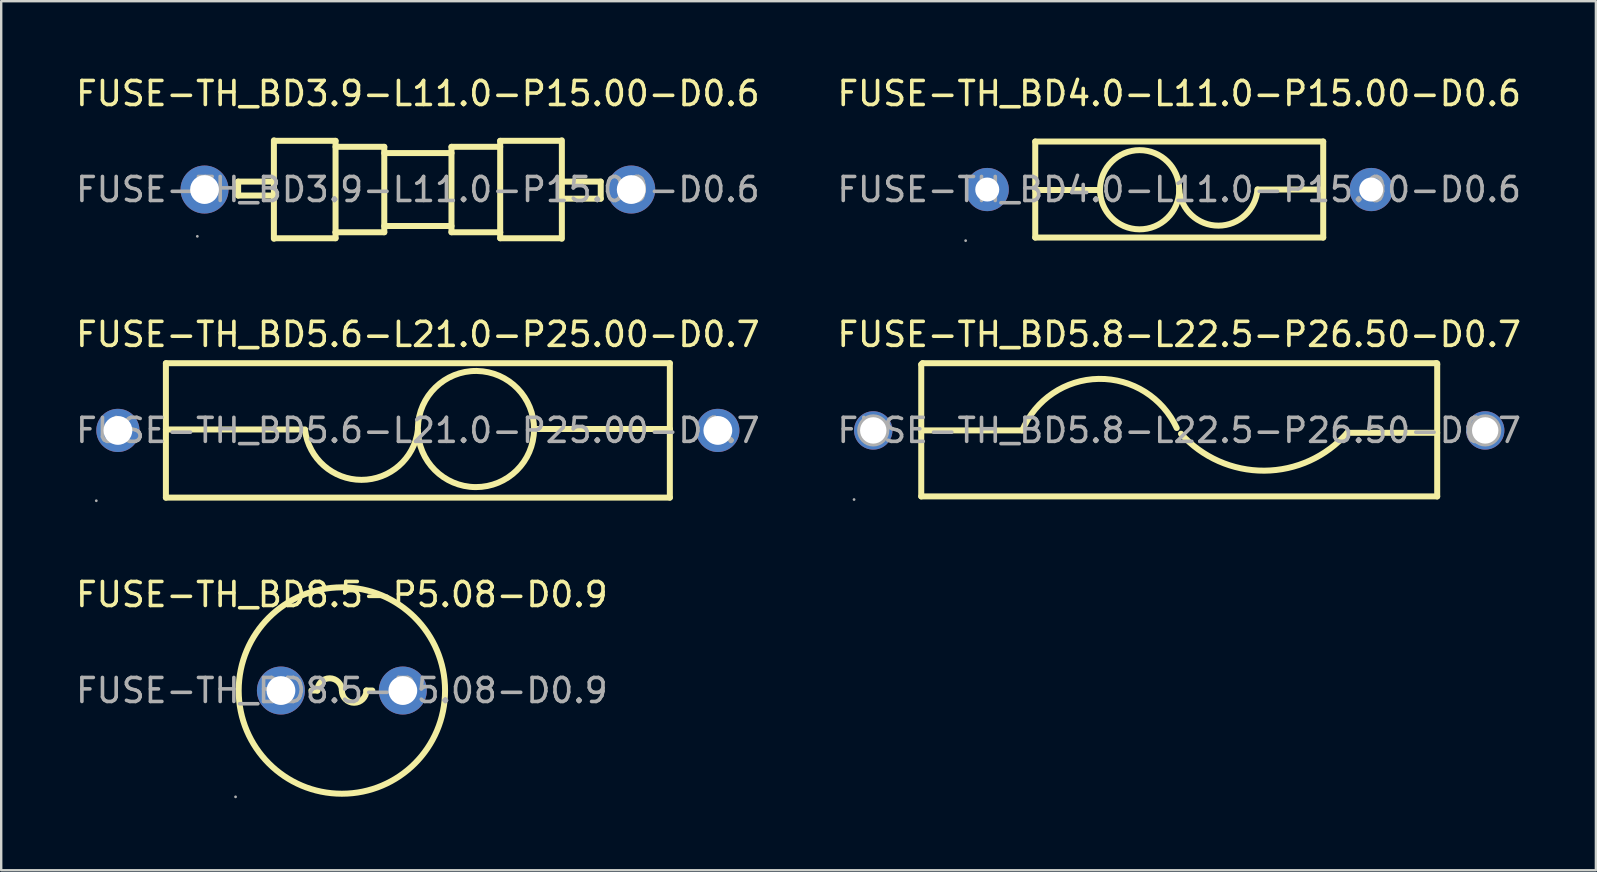
<source format=kicad_pcb>
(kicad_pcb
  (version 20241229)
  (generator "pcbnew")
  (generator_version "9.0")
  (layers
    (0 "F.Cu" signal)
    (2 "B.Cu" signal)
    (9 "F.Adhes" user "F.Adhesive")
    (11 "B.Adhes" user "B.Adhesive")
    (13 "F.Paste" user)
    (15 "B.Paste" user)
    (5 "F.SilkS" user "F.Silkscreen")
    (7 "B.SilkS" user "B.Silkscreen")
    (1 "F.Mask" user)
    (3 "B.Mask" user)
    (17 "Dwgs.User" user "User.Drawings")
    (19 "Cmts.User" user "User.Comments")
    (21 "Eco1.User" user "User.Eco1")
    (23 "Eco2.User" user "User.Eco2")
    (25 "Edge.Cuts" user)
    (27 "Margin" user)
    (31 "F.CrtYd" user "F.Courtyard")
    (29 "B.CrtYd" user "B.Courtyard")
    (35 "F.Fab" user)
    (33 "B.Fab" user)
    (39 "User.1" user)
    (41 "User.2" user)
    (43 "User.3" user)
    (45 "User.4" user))
  (footprint "FUSE-TH_BD5.8-L22.5-P26.50-D0.7"
    (layer "F.Cu")
    (at 46.089 14.886)
    (property "Reference" "FUSE-TH_BD5.8-L22.5-P26.50-D0.7" (at 0 -4 0) (layer "F.SilkS") (effects (font (size 1 1) (thickness 0.15))))
    (attr through_hole)
    (fp_line (start -10.75 -2.75) (end -10.7 -2.8) (stroke (width 0.25) (type solid)) (layer "F.SilkS"))
    (fp_line (start -10.75 2.75) (end -10.75 -2.75) (stroke (width 0.25) (type solid)) (layer "F.SilkS"))
    (fp_line (start -10.75 2.75) (end 10.75 2.75) (stroke (width 0.25) (type solid)) (layer "F.SilkS"))
    (fp_line (start -10.7 -2.8) (end 10.7 -2.8) (stroke (width 0.25) (type solid)) (layer "F.SilkS"))
    (fp_line (start -6.54 0) (end -10.75 0) (stroke (width 0.25) (type solid)) (layer "F.SilkS"))
    (fp_line (start 7 0.1) (end 10.75 0.1) (stroke (width 0.25) (type solid)) (layer "F.SilkS"))
    (fp_line (start 10.7 -2.8) (end 10.75 -2.75) (stroke (width 0.25) (type solid)) (layer "F.SilkS"))
    (fp_line (start 10.75 2.75) (end 10.75 -2.8) (stroke (width 0.25) (type solid)) (layer "F.SilkS"))
    (fp_arc (start -6.54 0) (mid -3.354606 -2.147317) (end -0.104089 -0.099917) (stroke (width 0.25) (type solid)) (layer "F.SilkS"))
    (fp_arc (start 7 0.1) (mid 3.545641 1.677336) (end 0.074014 0.138378) (stroke (width 0.25) (type solid)) (layer "F.SilkS"))
    (fp_circle (center -13.55 2.88) (end -13.52 2.88) (stroke (width 0.06) (type solid)) (fill no) (layer "F.Fab"))
    (fp_circle (center -12.75 0) (end -12.53 0) (stroke (width 0.45) (type solid)) (fill no) (layer "F.Fab"))
    (fp_circle (center 12.75 0) (end 12.97 0) (stroke (width 0.45) (type solid)) (fill no) (layer "F.Fab"))
    (fp_text user "${REFERENCE}" (at 0 0 0) (layer "F.Fab") (effects (font (size 1 1) (thickness 0.15))))
    (pad "1" thru_hole circle (at -12.75 0) (size 1.6 1.6) (drill 1.1) (layers "*.Cu" "*.Paste" "*.Mask"))
    (pad "2" thru_hole circle (at 12.75 0) (size 1.6 1.6) (drill 1.1) (layers "*.Cu" "*.Paste" "*.Mask")))
  (footprint "FUSE-TH_BD3.9-L11.0-P15.00-D0.6"
    (layer "F.Cu")
    (at 14.363 4.848)
    (property "Reference" "FUSE-TH_BD3.9-L11.0-P15.00-D0.6" (at 0 -4 0) (layer "F.SilkS") (effects (font (size 1 1) (thickness 0.15))))
    (attr through_hole)
    (fp_line (start -7.49 -0.33) (end -7.49 0.25) (stroke (width 0.25) (type solid)) (layer "F.SilkS"))
    (fp_line (start -7.49 0.25) (end -6 0.25) (stroke (width 0.25) (type solid)) (layer "F.SilkS"))
    (fp_line (start -6 -0.33) (end -7.49 -0.33) (stroke (width 0.25) (type solid)) (layer "F.SilkS"))
    (fp_line (start -6 2.05) (end -6 -2.05) (stroke (width 0.25) (type solid)) (layer "F.SilkS"))
    (fp_line (start -5.97 -2.03) (end -3.43 -2.03) (stroke (width 0.25) (type solid)) (layer "F.SilkS"))
    (fp_line (start -3.43 -2.03) (end -3.43 2.03) (stroke (width 0.25) (type solid)) (layer "F.SilkS"))
    (fp_line (start -3.43 -1.78) (end -1.4 -1.78) (stroke (width 0.25) (type solid)) (layer "F.SilkS"))
    (fp_line (start -3.43 1.78) (end -3.43 1.78) (stroke (width 0.25) (type solid)) (layer "F.SilkS"))
    (fp_line (start -3.43 2.03) (end -5.97 2.03) (stroke (width 0.25) (type solid)) (layer "F.SilkS"))
    (fp_line (start -1.4 -1.78) (end -1.4 1.78) (stroke (width 0.25) (type solid)) (layer "F.SilkS"))
    (fp_line (start -1.4 -1.52) (end 1.4 -1.52) (stroke (width 0.25) (type solid)) (layer "F.SilkS"))
    (fp_line (start -1.4 1.52) (end 1.4 1.52) (stroke (width 0.25) (type solid)) (layer "F.SilkS"))
    (fp_line (start -1.4 1.78) (end -3.43 1.78) (stroke (width 0.25) (type solid)) (layer "F.SilkS"))
    (fp_line (start 1.4 -1.78) (end 1.4 1.78) (stroke (width 0.25) (type solid)) (layer "F.SilkS"))
    (fp_line (start 1.4 1.78) (end 3.43 1.78) (stroke (width 0.25) (type solid)) (layer "F.SilkS"))
    (fp_line (start 3.43 -2.03) (end 3.43 2.03) (stroke (width 0.25) (type solid)) (layer "F.SilkS"))
    (fp_line (start 3.43 -1.78) (end 1.4 -1.78) (stroke (width 0.25) (type solid)) (layer "F.SilkS"))
    (fp_line (start 3.43 1.78) (end 3.43 1.78) (stroke (width 0.25) (type solid)) (layer "F.SilkS"))
    (fp_line (start 3.43 2.03) (end 5.97 2.03) (stroke (width 0.25) (type solid)) (layer "F.SilkS"))
    (fp_line (start 5.97 -2.03) (end 3.43 -2.03) (stroke (width 0.25) (type solid)) (layer "F.SilkS"))
    (fp_line (start 6 -2.05) (end 6 2.05) (stroke (width 0.25) (type solid)) (layer "F.SilkS"))
    (fp_line (start 6 -0.33) (end 7.62 -0.33) (stroke (width 0.25) (type solid)) (layer "F.SilkS"))
    (fp_line (start 7.62 -0.33) (end 7.62 0.38) (stroke (width 0.25) (type solid)) (layer "F.SilkS"))
    (fp_line (start 7.62 0.38) (end 6 0.38) (stroke (width 0.25) (type solid)) (layer "F.SilkS"))
    (fp_circle (center -9.19 1.95) (end -9.16 1.95) (stroke (width 0.06) (type solid)) (fill no) (layer "F.Fab"))
    (fp_circle (center -8.89 0) (end -8.74 0) (stroke (width 0.3) (type solid)) (fill no) (layer "F.Fab"))
    (fp_circle (center 8.89 0) (end 9.04 0) (stroke (width 0.3) (type solid)) (fill no) (layer "F.Fab"))
    (fp_text user "${REFERENCE}" (at 0 0 0) (layer "F.Fab") (effects (font (size 1 1) (thickness 0.15))))
    (pad "1" thru_hole circle (at -8.89 0) (size 2 2) (drill 1.2) (layers "*.Cu" "*.Paste" "*.Mask"))
    (pad "2" thru_hole circle (at 8.89 0) (size 2 2) (drill 1.2) (layers "*.Cu" "*.Paste" "*.Mask")))
  (footprint "FUSE-TH_BD8.5-P5.08-D0.9"
    (layer "F.Cu")
    (at 11.196 25.725)
    (property "Reference" "FUSE-TH_BD8.5-P5.08-D0.9" (at 0 -4 0) (layer "F.SilkS") (effects (font (size 1 1) (thickness 0.15))))
    (attr through_hole)
    (fp_line (start -1.02 0) (end -1.27 0) (stroke (width 0.25) (type solid)) (layer "F.SilkS"))
    (fp_line (start 1.02 0) (end 1.27 0) (stroke (width 0.25) (type solid)) (layer "F.SilkS"))
    (fp_arc (start -1.02 0) (mid -0.51 -0.51) (end 0 0) (stroke (width 0.25) (type solid)) (layer "F.SilkS"))
    (fp_arc (start 1.02 0) (mid 0.51 0.51) (end 0 0) (stroke (width 0.25) (type solid)) (layer "F.SilkS"))
    (fp_circle (center 0 0) (end 4.3 0) (stroke (width 0.25) (type solid)) (fill no) (layer "F.SilkS"))
    (fp_circle (center -4.43 4.43) (end -4.4 4.43) (stroke (width 0.06) (type solid)) (fill no) (layer "F.Fab"))
    (fp_circle (center -2.54 0) (end -2.29 0) (stroke (width 0.5) (type solid)) (fill no) (layer "F.Fab"))
    (fp_circle (center 2.54 0) (end 2.79 0) (stroke (width 0.5) (type solid)) (fill no) (layer "F.Fab"))
    (fp_text user "${REFERENCE}" (at 0 0 0) (layer "F.Fab") (effects (font (size 1 1) (thickness 0.15))))
    (pad "1" thru_hole circle (at -2.54 0) (size 2 2) (drill 1.2) (layers "*.Cu" "*.Paste" "*.Mask"))
    (pad "2" thru_hole circle (at 2.54 0) (size 2 2) (drill 1.2) (layers "*.Cu" "*.Paste" "*.Mask")))
  (footprint "FUSE-TH_BD5.6-L21.0-P25.00-D0.7"
    (layer "F.Cu")
    (at 14.363 14.886)
    (property "Reference" "FUSE-TH_BD5.6-L21.0-P25.00-D0.7" (at 0 -4 0) (layer "F.SilkS") (effects (font (size 1 1) (thickness 0.15))))
    (attr through_hole)
    (fp_line (start -10.5 -2.8) (end 10.5 -2.8) (stroke (width 0.25) (type solid)) (layer "F.SilkS"))
    (fp_line (start -10.5 -0.04) (end -4.7 -0.04) (stroke (width 0.25) (type solid)) (layer "F.SilkS"))
    (fp_line (start -10.5 2.8) (end -10.5 -2.8) (stroke (width 0.25) (type solid)) (layer "F.SilkS"))
    (fp_line (start -10.5 2.8) (end 10.5 2.8) (stroke (width 0.25) (type solid)) (layer "F.SilkS"))
    (fp_line (start 4.83 -0.06) (end 10.5 -0.06) (stroke (width 0.25) (type solid)) (layer "F.SilkS"))
    (fp_line (start 10.5 2.8) (end 10.5 -2.8) (stroke (width 0.25) (type solid)) (layer "F.SilkS"))
    (fp_arc (start 0 0) (mid -2.35268 2.060357) (end -4.700695 -0.005315) (stroke (width 0.25) (type solid)) (layer "F.SilkS"))
    (fp_arc (start 0.000369 -0.102235) (mid 4.839907 -0.038882) (end 0 -0.06) (stroke (width 0.25) (type solid)) (layer "F.SilkS"))
    (fp_circle (center -13.4 2.93) (end -13.37 2.93) (stroke (width 0.06) (type solid)) (fill no) (layer "F.Fab"))
    (fp_circle (center -12.5 0) (end -12.25 0) (stroke (width 0.5) (type solid)) (fill no) (layer "F.Fab"))
    (fp_circle (center 12.5 0) (end 12.75 0) (stroke (width 0.5) (type solid)) (fill no) (layer "F.Fab"))
    (fp_text user "${REFERENCE}" (at 0 0 0) (layer "F.Fab") (effects (font (size 1 1) (thickness 0.15))))
    (pad "1" thru_hole circle (at -12.5 0) (size 1.8 1.8) (drill 1.2) (layers "*.Cu" "*.Paste" "*.Mask"))
    (pad "2" thru_hole circle (at 12.5 0) (size 1.8 1.8) (drill 1.2) (layers "*.Cu" "*.Paste" "*.Mask")))
  (footprint "FUSE-TH_BD4.0-L11.0-P15.00-D0.6"
    (layer "F.Cu")
    (at 46.089 4.848)
    (property "Reference" "FUSE-TH_BD4.0-L11.0-P15.00-D0.6" (at 0 -4 0) (layer "F.SilkS") (effects (font (size 1 1) (thickness 0.15))))
    (attr through_hole)
    (fp_line (start -6 -2) (end 6 -2) (stroke (width 0.25) (type solid)) (layer "F.SilkS"))
    (fp_line (start -6 0.02) (end -3.3 0.02) (stroke (width 0.25) (type solid)) (layer "F.SilkS"))
    (fp_line (start -6 2) (end -6 -2) (stroke (width 0.25) (type solid)) (layer "F.SilkS"))
    (fp_line (start 5.97 0) (end 3.27 0) (stroke (width 0.25) (type solid)) (layer "F.SilkS"))
    (fp_line (start 6 -2) (end 6 2) (stroke (width 0.25) (type solid)) (layer "F.SilkS"))
    (fp_line (start 6 2) (end -6 2) (stroke (width 0.25) (type solid)) (layer "F.SilkS"))
    (fp_arc (start -0.000077 0.028798) (mid -3.300024 0.005601) (end 0 0) (stroke (width 0.25) (type solid)) (layer "F.SilkS"))
    (fp_arc (start 3.260378 -0.004834) (mid 1.632424 1.505174) (end 0 0) (stroke (width 0.25) (type solid)) (layer "F.SilkS"))
    (fp_circle (center -8.9 2.13) (end -8.87 2.13) (stroke (width 0.06) (type solid)) (fill no) (layer "F.Fab"))
    (fp_circle (center -8 0) (end -7.8 0) (stroke (width 0.4) (type solid)) (fill no) (layer "F.Fab"))
    (fp_circle (center 8 0) (end 8.2 0) (stroke (width 0.4) (type solid)) (fill no) (layer "F.Fab"))
    (fp_text user "${REFERENCE}" (at 0 0 0) (layer "F.Fab") (effects (font (size 1 1) (thickness 0.15))))
    (pad "1" thru_hole circle (at -8 0) (size 1.8 1.8) (drill 1) (layers "*.Cu" "*.Paste" "*.Mask"))
    (pad "2" thru_hole circle (at 8 0) (size 1.8 1.8) (drill 1) (layers "*.Cu" "*.Paste" "*.Mask")))
  (gr_rect
    (start -3 -3)
    (end 63.452 33.215)
    (stroke (width 0.1) (type default))
    (fill no)
    (layer "Edge.Cuts")))
</source>
